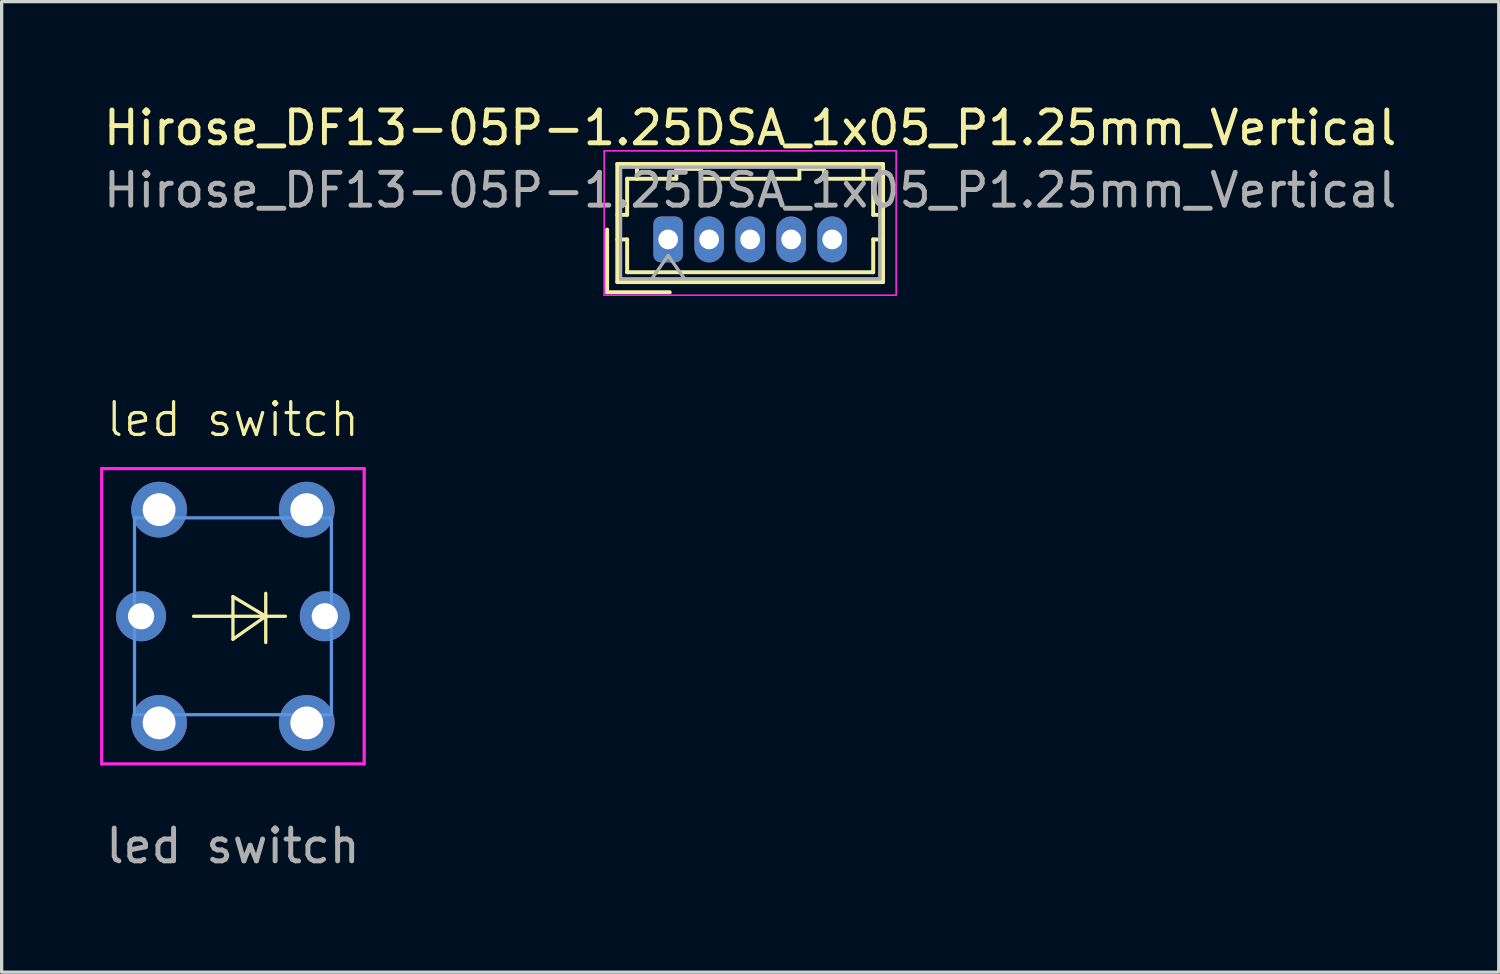
<source format=kicad_pcb>
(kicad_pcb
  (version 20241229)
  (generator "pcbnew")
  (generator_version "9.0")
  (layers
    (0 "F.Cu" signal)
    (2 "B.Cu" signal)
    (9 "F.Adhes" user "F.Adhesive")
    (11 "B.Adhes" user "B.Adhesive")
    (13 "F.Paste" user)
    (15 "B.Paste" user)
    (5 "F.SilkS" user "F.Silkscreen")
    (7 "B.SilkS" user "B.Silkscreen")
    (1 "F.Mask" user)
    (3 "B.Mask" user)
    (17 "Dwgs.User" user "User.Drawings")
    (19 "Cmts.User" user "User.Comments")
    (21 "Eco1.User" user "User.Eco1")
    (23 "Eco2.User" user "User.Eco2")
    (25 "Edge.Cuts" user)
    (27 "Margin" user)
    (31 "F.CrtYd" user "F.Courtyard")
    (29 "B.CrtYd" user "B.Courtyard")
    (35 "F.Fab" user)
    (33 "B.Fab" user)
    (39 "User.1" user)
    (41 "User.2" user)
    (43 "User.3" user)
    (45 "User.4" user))
  (footprint "Hirose_DF13-05P-1.25DSA_1x05_P1.25mm_Vertical"
    (layer "F.Cu")
    (at 17.315 4.248)
    (property "Reference" "Hirose_DF13-05P-1.25DSA_1x05_P1.25mm_Vertical" (at 2.5 -3.4 0) (layer "F.SilkS") (effects (font (size 1 1) (thickness 0.15))))
    (attr through_hole)
    (fp_line (start -1.86 -0.3) (end -1.86 1.61) (stroke (width 0.12) (type solid)) (layer "F.SilkS"))
    (fp_line (start -1.86 1.61) (end 0.05 1.61) (stroke (width 0.12) (type solid)) (layer "F.SilkS"))
    (fp_line (start -1.55 -2.3) (end -1.55 1.3) (stroke (width 0.12) (type solid)) (layer "F.SilkS"))
    (fp_line (start -1.55 -0.75) (end -1.25 -0.75) (stroke (width 0.12) (type solid)) (layer "F.SilkS"))
    (fp_line (start -1.55 0) (end -1.25 0) (stroke (width 0.12) (type solid)) (layer "F.SilkS"))
    (fp_line (start -1.55 1.3) (end 6.55 1.3) (stroke (width 0.12) (type solid)) (layer "F.SilkS"))
    (fp_line (start -1.25 -1.85) (end -0.95 -1.85) (stroke (width 0.12) (type solid)) (layer "F.SilkS"))
    (fp_line (start -1.25 -0.75) (end -1.25 -1.85) (stroke (width 0.12) (type solid)) (layer "F.SilkS"))
    (fp_line (start -1.25 0) (end -1.25 1) (stroke (width 0.12) (type solid)) (layer "F.SilkS"))
    (fp_line (start -1.25 1) (end 6.25 1) (stroke (width 0.12) (type solid)) (layer "F.SilkS"))
    (fp_line (start -0.95 -1.85) (end -0.95 -2.3) (stroke (width 0.12) (type solid)) (layer "F.SilkS"))
    (fp_line (start -0.95 -1.85) (end 0.25 -1.85) (stroke (width 0.12) (type solid)) (layer "F.SilkS"))
    (fp_line (start 0.25 -2.15) (end 1 -2.15) (stroke (width 0.12) (type solid)) (layer "F.SilkS"))
    (fp_line (start 0.25 -1.85) (end 0.25 -2.15) (stroke (width 0.12) (type solid)) (layer "F.SilkS"))
    (fp_line (start 1 -2.15) (end 1 -1.85) (stroke (width 0.12) (type solid)) (layer "F.SilkS"))
    (fp_line (start 1 -1.85) (end 4 -1.85) (stroke (width 0.12) (type solid)) (layer "F.SilkS"))
    (fp_line (start 4 -2.15) (end 4.75 -2.15) (stroke (width 0.12) (type solid)) (layer "F.SilkS"))
    (fp_line (start 4 -1.85) (end 4 -2.15) (stroke (width 0.12) (type solid)) (layer "F.SilkS"))
    (fp_line (start 4.75 -2.15) (end 4.75 -1.85) (stroke (width 0.12) (type solid)) (layer "F.SilkS"))
    (fp_line (start 4.75 -1.85) (end 5.95 -1.85) (stroke (width 0.12) (type solid)) (layer "F.SilkS"))
    (fp_line (start 5.95 -1.85) (end 5.95 -2.3) (stroke (width 0.12) (type solid)) (layer "F.SilkS"))
    (fp_line (start 6.25 -1.85) (end 5.95 -1.85) (stroke (width 0.12) (type solid)) (layer "F.SilkS"))
    (fp_line (start 6.25 -0.75) (end 6.25 -1.85) (stroke (width 0.12) (type solid)) (layer "F.SilkS"))
    (fp_line (start 6.25 0) (end 6.55 0) (stroke (width 0.12) (type solid)) (layer "F.SilkS"))
    (fp_line (start 6.25 1) (end 6.25 0) (stroke (width 0.12) (type solid)) (layer "F.SilkS"))
    (fp_line (start 6.55 -2.3) (end -1.55 -2.3) (stroke (width 0.12) (type solid)) (layer "F.SilkS"))
    (fp_line (start 6.55 -0.75) (end 6.25 -0.75) (stroke (width 0.12) (type solid)) (layer "F.SilkS"))
    (fp_line (start 6.55 1.3) (end 6.55 -2.3) (stroke (width 0.12) (type solid)) (layer "F.SilkS"))
    (fp_line (start -1.95 -2.7) (end -1.95 1.7) (stroke (width 0.05) (type solid)) (layer "F.CrtYd"))
    (fp_line (start -1.95 1.7) (end 6.95 1.7) (stroke (width 0.05) (type solid)) (layer "F.CrtYd"))
    (fp_line (start 6.95 -2.7) (end -1.95 -2.7) (stroke (width 0.05) (type solid)) (layer "F.CrtYd"))
    (fp_line (start 6.95 1.7) (end 6.95 -2.7) (stroke (width 0.05) (type solid)) (layer "F.CrtYd"))
    (fp_line (start -1.45 -2.2) (end -1.45 1.2) (stroke (width 0.1) (type solid)) (layer "F.Fab"))
    (fp_line (start -1.45 1.2) (end 6.45 1.2) (stroke (width 0.1) (type solid)) (layer "F.Fab"))
    (fp_line (start -0.5 1.2) (end 0 0.493) (stroke (width 0.1) (type solid)) (layer "F.Fab"))
    (fp_line (start 0 0.493) (end 0.5 1.2) (stroke (width 0.1) (type solid)) (layer "F.Fab"))
    (fp_line (start 6.45 -2.2) (end -1.45 -2.2) (stroke (width 0.1) (type solid)) (layer "F.Fab"))
    (fp_line (start 6.45 1.2) (end 6.45 -2.2) (stroke (width 0.1) (type solid)) (layer "F.Fab"))
    (fp_text user "${REFERENCE}" (at 2.5 -1.5 0) (layer "F.Fab") (effects (font (size 1 1) (thickness 0.15))))
    (pad "1" thru_hole roundrect (at 0 0) (size 0.9 1.4) (drill 0.6) (layers "*.Cu" "*.Mask") (roundrect_rratio 0.25))
    (pad "2" thru_hole oval (at 1.25 0) (size 0.9 1.4) (drill 0.6) (layers "*.Cu" "*.Mask"))
    (pad "3" thru_hole oval (at 2.5 0) (size 0.9 1.4) (drill 0.6) (layers "*.Cu" "*.Mask"))
    (pad "4" thru_hole oval (at 3.75 0) (size 0.9 1.4) (drill 0.6) (layers "*.Cu" "*.Mask"))
    (pad "5" thru_hole oval (at 5 0) (size 0.9 1.4) (drill 0.6) (layers "*.Cu" "*.Mask")))
  (footprint "led switch"
    (layer "F.Cu")
    (at 4.05 15.734)
    (property "Reference" "led switch" (at 0 -6 0) (unlocked yes) (layer "F.SilkS") (effects (font (size 1 1) (thickness 0.1))))
    (attr through_hole)
    (fp_line (start -1.2 0) (end 1.6 0) (stroke (width 0.1) (type default)) (layer "F.SilkS"))
    (fp_line (start 0 -0.6) (end 0 0.7) (stroke (width 0.1) (type default)) (layer "F.SilkS"))
    (fp_line (start 0 0.7) (end 1 0) (stroke (width 0.1) (type default)) (layer "F.SilkS"))
    (fp_line (start 1 -0.7) (end 1 0.8) (stroke (width 0.1) (type default)) (layer "F.SilkS"))
    (fp_line (start 1 0) (end 0 -0.6) (stroke (width 0.1) (type default)) (layer "F.SilkS"))
    (fp_rect (start -3 -3) (end 3 3) (stroke (width 0.1) (type default)) (fill no) (layer "Cmts.User"))
    (fp_line (start -4 -4.5) (end -3.5 -4.5) (stroke (width 0.1) (type default)) (layer "F.CrtYd"))
    (fp_line (start -4 4.5) (end -4 -4.5) (stroke (width 0.1) (type default)) (layer "F.CrtYd"))
    (fp_line (start -3.5 -4.5) (end 3.5 -4.5) (stroke (width 0.1) (type default)) (layer "F.CrtYd"))
    (fp_line (start 3.5 -4.5) (end 4 -4.5) (stroke (width 0.1) (type default)) (layer "F.CrtYd"))
    (fp_line (start 4 -4.5) (end 4 4.5) (stroke (width 0.1) (type default)) (layer "F.CrtYd"))
    (fp_line (start 4 4.5) (end -4 4.5) (stroke (width 0.1) (type default)) (layer "F.CrtYd"))
    (fp_text user "${REFERENCE}" (at 0 7 0) (unlocked yes) (layer "F.Fab") (effects (font (size 1 1) (thickness 0.15))))
    (pad "1" thru_hole circle (at 2.25 -3.25) (size 1.7 1.7) (drill 1) (layers "*.Cu" "*.Mask"))
    (pad "1" thru_hole circle (at 2.25 3.25) (size 1.7 1.7) (drill 1) (layers "*.Cu" "*.Mask"))
    (pad "2" thru_hole circle (at -2.25 -3.25) (size 1.7 1.7) (drill 1) (layers "*.Cu" "*.Mask"))
    (pad "2" thru_hole circle (at -2.25 3.25) (size 1.7 1.7) (drill 1) (layers "*.Cu" "*.Mask"))
    (pad "3" thru_hole circle (at 2.8 0) (size 1.524 1.524) (drill 0.8) (layers "*.Cu" "*.Mask"))
    (pad "4" thru_hole circle (at -2.8 0) (size 1.524 1.524) (drill 0.8) (layers "*.Cu" "*.Mask")))
  (gr_rect
    (start -3 -3)
    (end 42.631 26.582)
    (stroke (width 0.1) (type default))
    (fill no)
    (layer "Edge.Cuts")))
</source>
